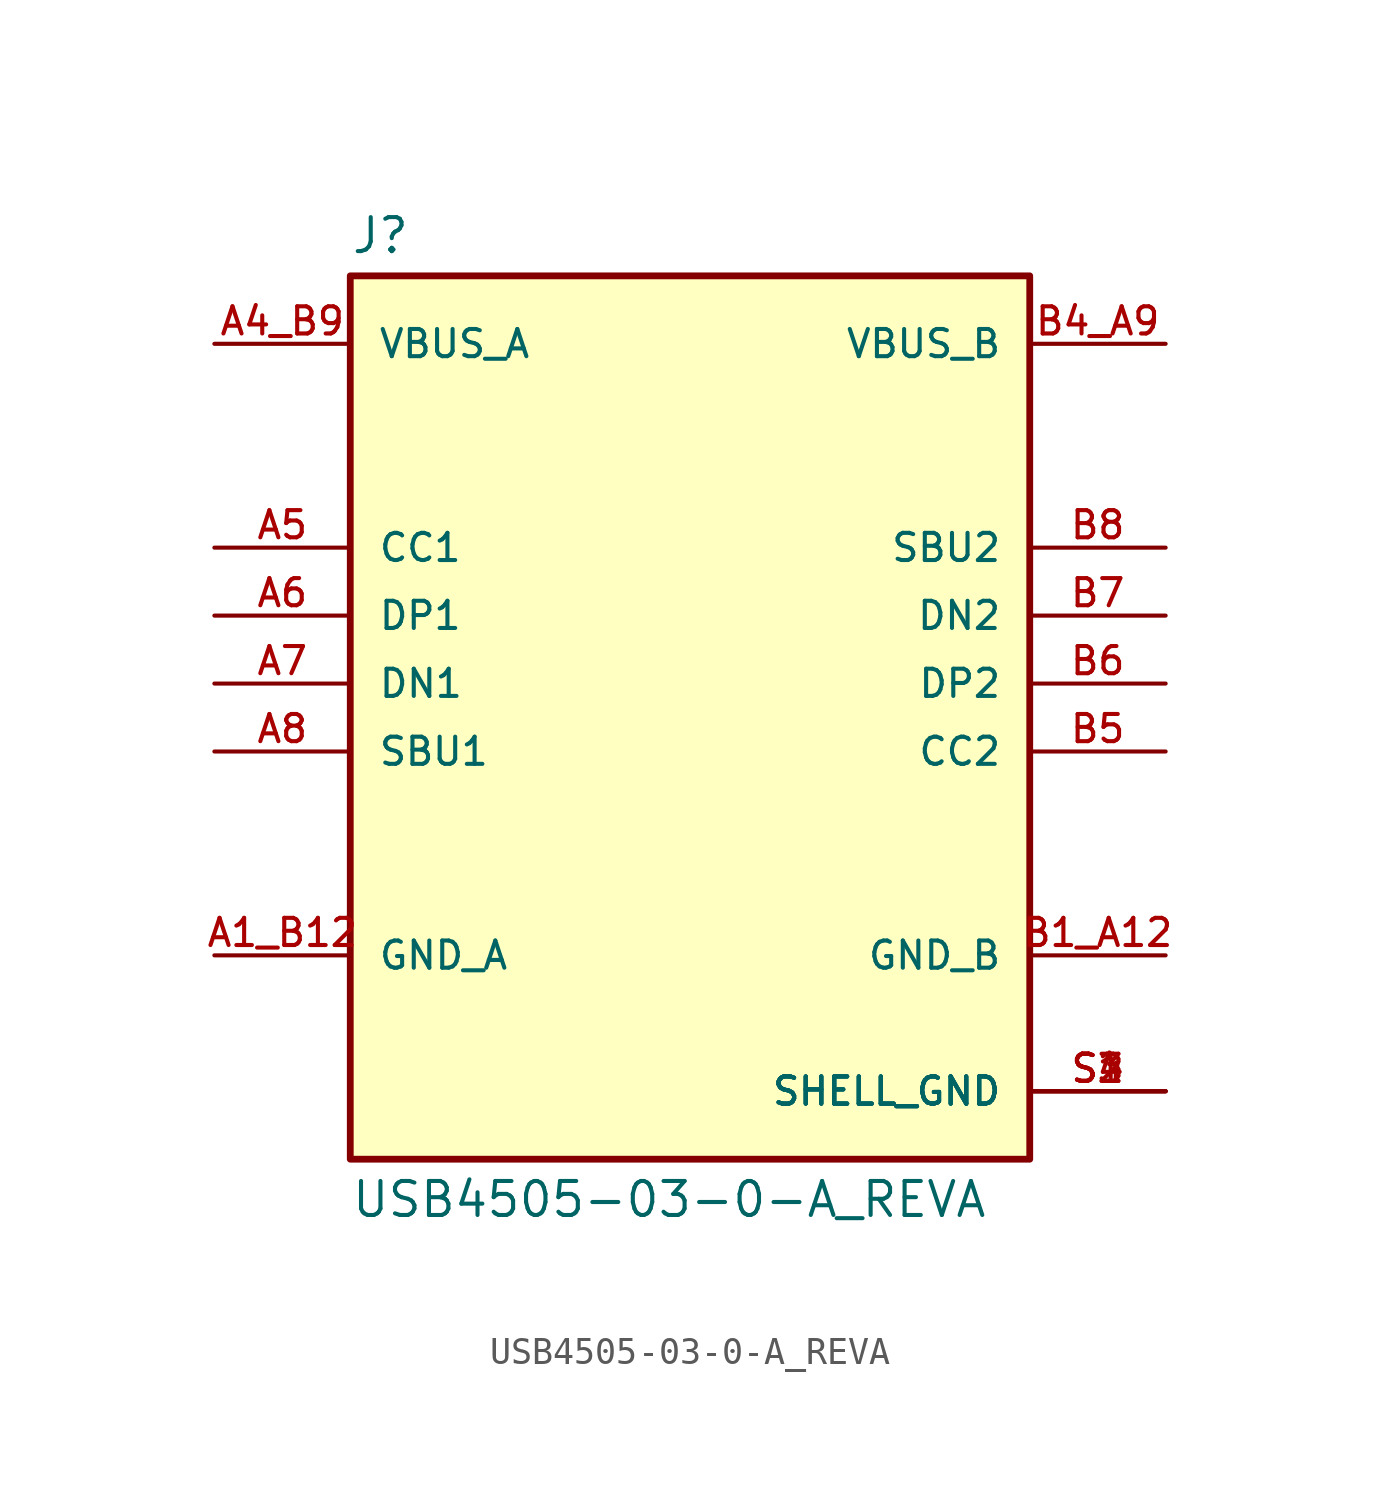
<source format=kicad_sym>
(kicad_symbol_lib
  (version 20211014)
  (generator kicad_symbol_editor)
  (symbol "USB4505-03-0-A_REVA"
    (pin_names
      (offset 1.016))
    (property "Reference" "J"
      (at -12.7 16.002 0)
      (effects (font (size 1.27 1.27)) (justify bottom left)))
    (property "Value" "USB4505-03-0-A_REVA"
      (at -12.7 -18.542 0.0)
      (effects (font (size 1.27 1.27)) (justify top left)))
    (symbol "USB4505-03-0-A_REVA_0_0"
      (rectangle (start -12.7 -17.78) (end 12.7 15.24) (stroke (width 0.254)) (fill (type background)))
      (pin power_in line (at -17.78 -10.16 0) (length 5.08) (name "GND_A" (effects (font (size 1.016 1.016)))) (number "A1_B12" (effects (font (size 1.016 1.016)))))
      (pin power_in line (at -17.78 12.7 0) (length 5.08) (name "VBUS_A" (effects (font (size 1.016 1.016)))) (number "A4_B9" (effects (font (size 1.016 1.016)))))
      (pin bidirectional line (at -17.78 2.54 0) (length 5.08) (name "DP1" (effects (font (size 1.016 1.016)))) (number "A6" (effects (font (size 1.016 1.016)))))
      (pin bidirectional line (at -17.78 5.08 0) (length 5.08) (name "CC1" (effects (font (size 1.016 1.016)))) (number "A5" (effects (font (size 1.016 1.016)))))
      (pin bidirectional line (at -17.78 -2.54 0) (length 5.08) (name "SBU1" (effects (font (size 1.016 1.016)))) (number "A8" (effects (font (size 1.016 1.016)))))
      (pin bidirectional line (at -17.78 0.0 0) (length 5.08) (name "DN1" (effects (font (size 1.016 1.016)))) (number "A7" (effects (font (size 1.016 1.016)))))
      (pin power_in line (at 17.78 -15.24 180.0) (length 5.08) (name "SHELL_GND" (effects (font (size 1.016 1.016)))) (number "S1" (effects (font (size 1.016 1.016)))))
      (pin power_in line (at 17.78 -15.24 180.0) (length 5.08) (name "SHELL_GND" (effects (font (size 1.016 1.016)))) (number "S2" (effects (font (size 1.016 1.016)))))
      (pin power_in line (at 17.78 -15.24 180.0) (length 5.08) (name "SHELL_GND" (effects (font (size 1.016 1.016)))) (number "S3" (effects (font (size 1.016 1.016)))))
      (pin power_in line (at 17.78 -15.24 180.0) (length 5.08) (name "SHELL_GND" (effects (font (size 1.016 1.016)))) (number "S4" (effects (font (size 1.016 1.016)))))
      (pin power_in line (at 17.78 -10.16 180.0) (length 5.08) (name "GND_B" (effects (font (size 1.016 1.016)))) (number "B1_A12" (effects (font (size 1.016 1.016)))))
      (pin power_in line (at 17.78 12.7 180.0) (length 5.08) (name "VBUS_B" (effects (font (size 1.016 1.016)))) (number "B4_A9" (effects (font (size 1.016 1.016)))))
      (pin bidirectional line (at 17.78 0.0 180.0) (length 5.08) (name "DP2" (effects (font (size 1.016 1.016)))) (number "B6" (effects (font (size 1.016 1.016)))))
      (pin bidirectional line (at 17.78 -2.54 180.0) (length 5.08) (name "CC2" (effects (font (size 1.016 1.016)))) (number "B5" (effects (font (size 1.016 1.016)))))
      (pin bidirectional line (at 17.78 5.08 180.0) (length 5.08) (name "SBU2" (effects (font (size 1.016 1.016)))) (number "B8" (effects (font (size 1.016 1.016)))))
      (pin bidirectional line (at 17.78 2.54 180.0) (length 5.08) (name "DN2" (effects (font (size 1.016 1.016)))) (number "B7" (effects (font (size 1.016 1.016))))))))
</source>
